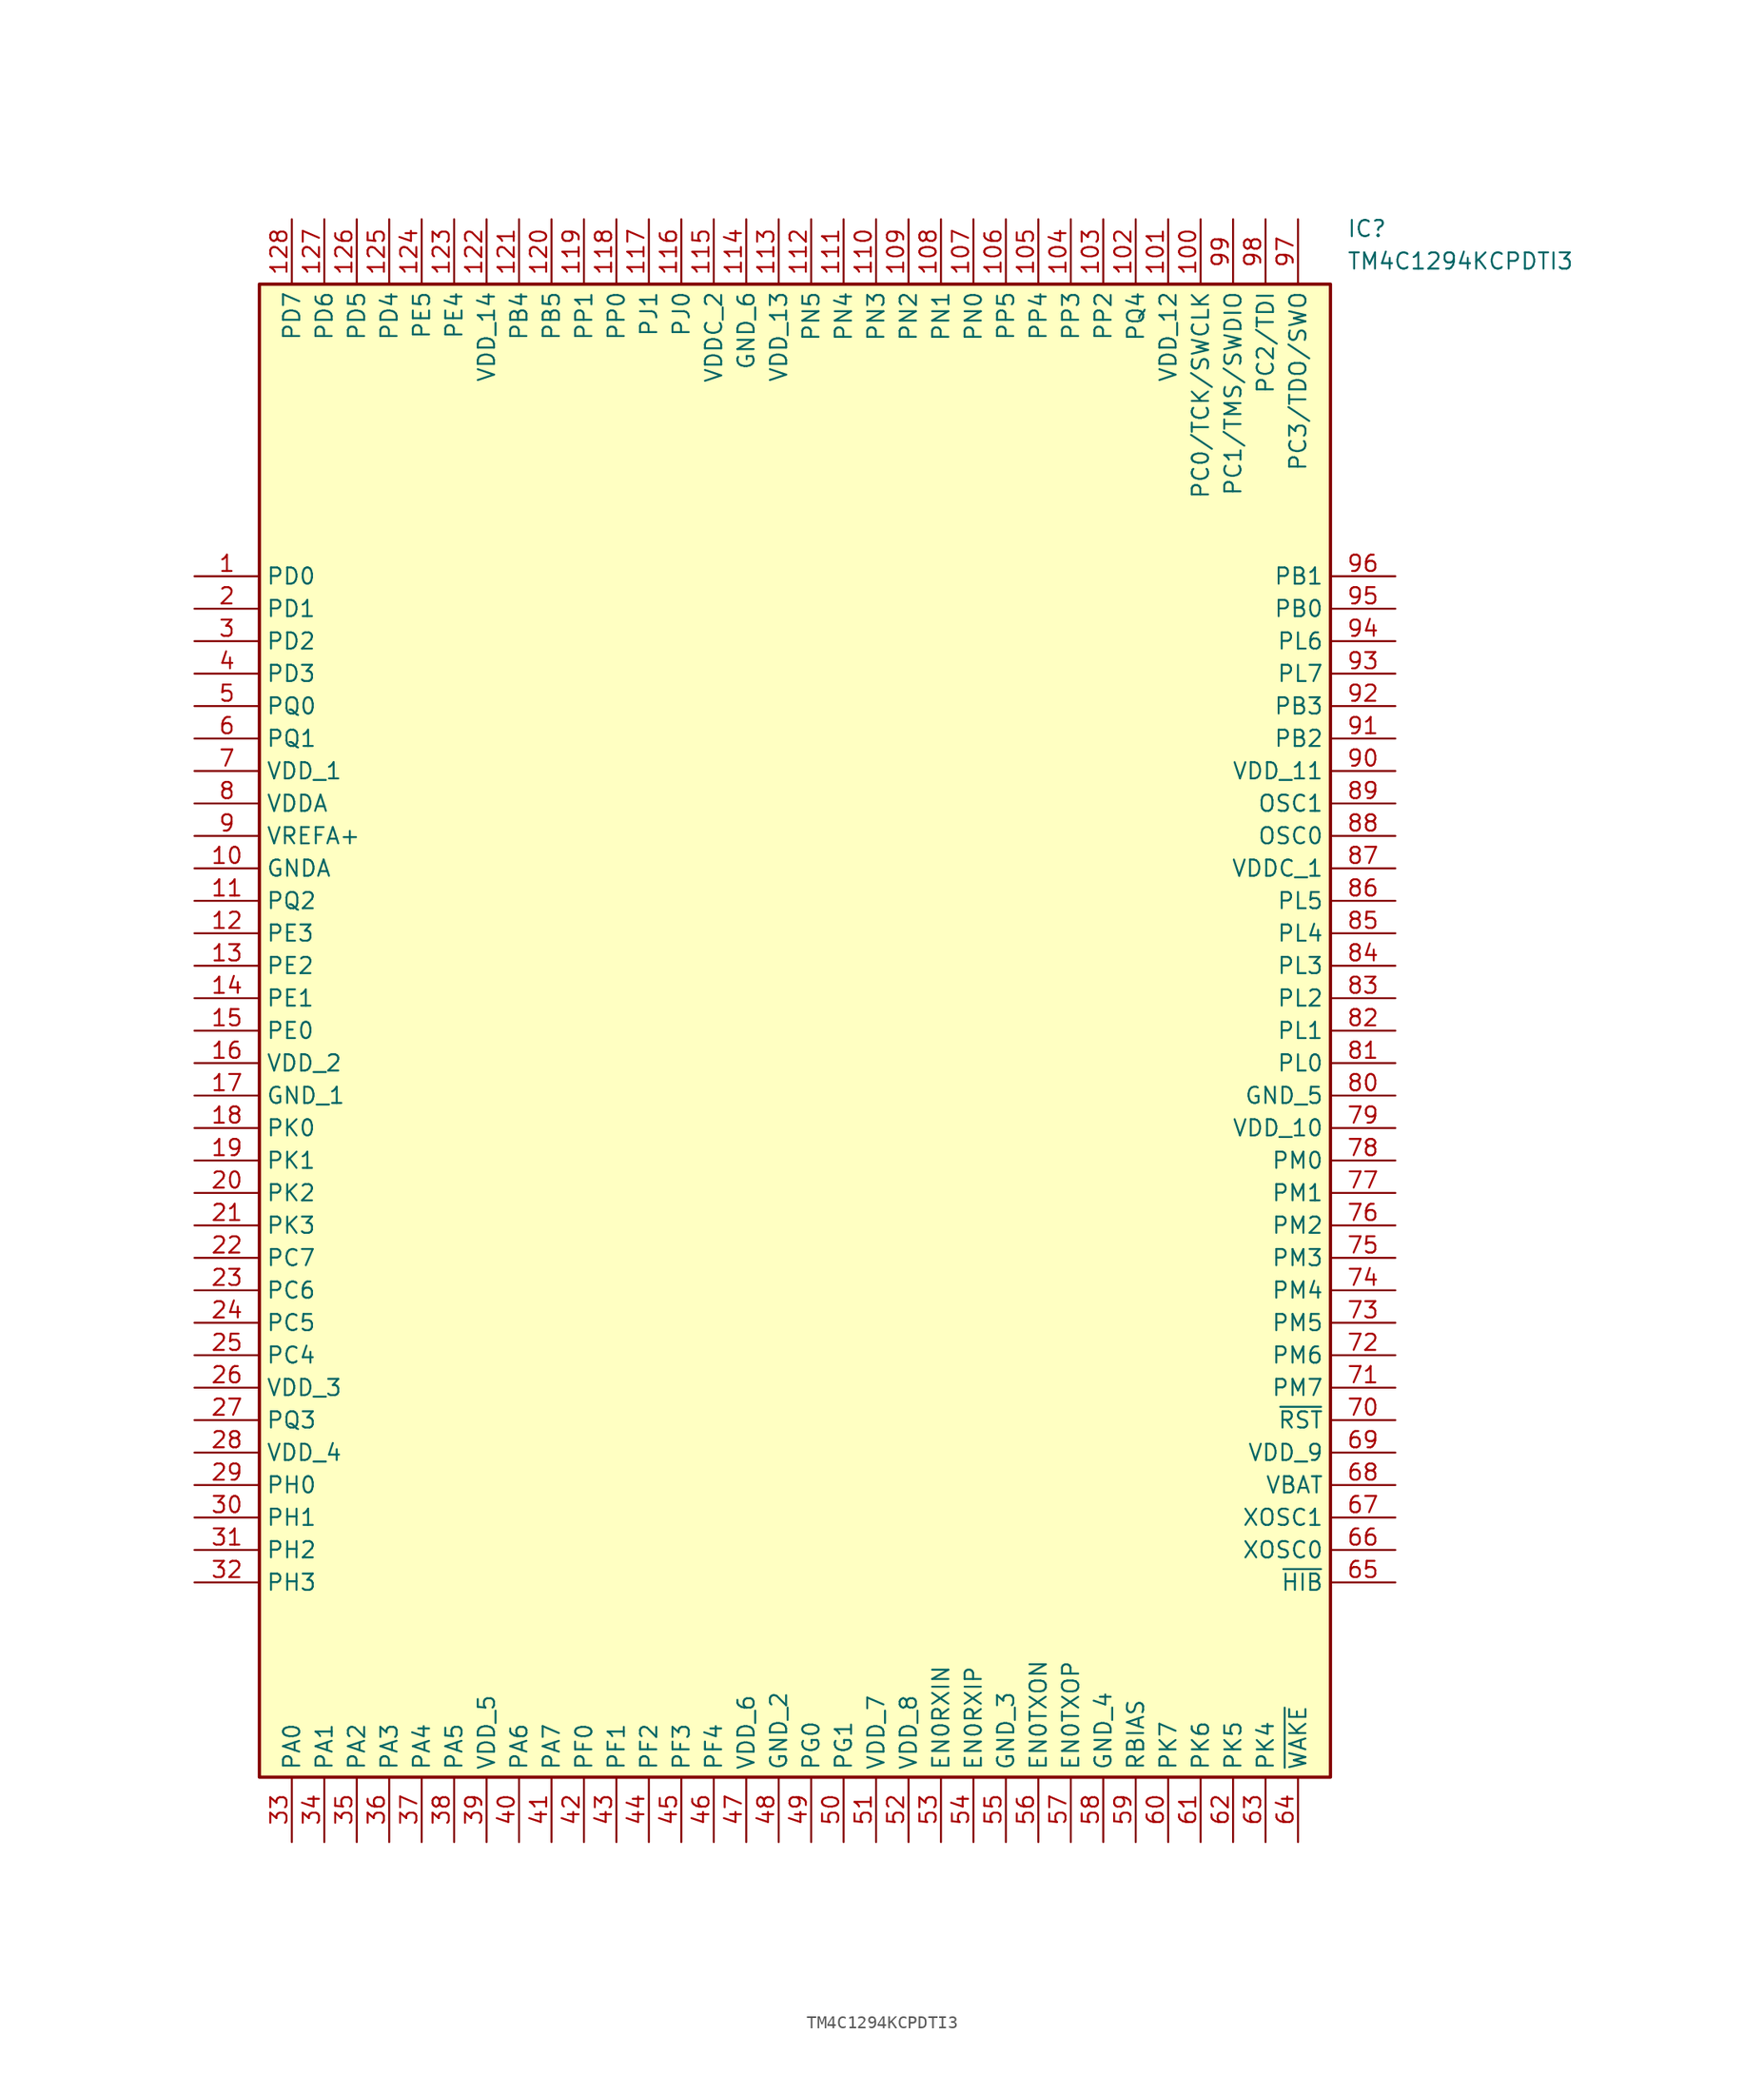
<source format=kicad_sym>
(kicad_symbol_lib
  (version 20211014)
  (generator SamacSys_ECAD_Model)
  (symbol "TM4C1294KCPDTI3"
    (property "Reference" "IC"
      (at 90.17 27.94 0)
      (effects (font (size 1.27 1.27)) (justify left top)))
    (property "Value" "TM4C1294KCPDTI3"
      (at 90.17 25.4 0)
      (effects (font (size 1.27 1.27)) (justify left top)))
    (rectangle
      (start 5.08 22.86)
      (end 88.9 -93.98)
      (stroke (width 0.254) (type default))
      (fill (type background)))
    (pin passive line
      (at 0 0 0)
      (length 5.08)
      (name "PD0" (effects (font (size 1.27 1.27))))
      (number "1" (effects (font (size 1.27 1.27)))))
    (pin passive line
      (at 0 -2.54 0)
      (length 5.08)
      (name "PD1" (effects (font (size 1.27 1.27))))
      (number "2" (effects (font (size 1.27 1.27)))))
    (pin passive line
      (at 0 -5.08 0)
      (length 5.08)
      (name "PD2" (effects (font (size 1.27 1.27))))
      (number "3" (effects (font (size 1.27 1.27)))))
    (pin passive line
      (at 0 -7.62 0)
      (length 5.08)
      (name "PD3" (effects (font (size 1.27 1.27))))
      (number "4" (effects (font (size 1.27 1.27)))))
    (pin passive line
      (at 0 -10.16 0)
      (length 5.08)
      (name "PQ0" (effects (font (size 1.27 1.27))))
      (number "5" (effects (font (size 1.27 1.27)))))
    (pin passive line
      (at 0 -12.7 0)
      (length 5.08)
      (name "PQ1" (effects (font (size 1.27 1.27))))
      (number "6" (effects (font (size 1.27 1.27)))))
    (pin passive line
      (at 0 -15.24 0)
      (length 5.08)
      (name "VDD_1" (effects (font (size 1.27 1.27))))
      (number "7" (effects (font (size 1.27 1.27)))))
    (pin passive line
      (at 0 -17.78 0)
      (length 5.08)
      (name "VDDA" (effects (font (size 1.27 1.27))))
      (number "8" (effects (font (size 1.27 1.27)))))
    (pin passive line
      (at 0 -20.32 0)
      (length 5.08)
      (name "VREFA+" (effects (font (size 1.27 1.27))))
      (number "9" (effects (font (size 1.27 1.27)))))
    (pin passive line
      (at 0 -22.86 0)
      (length 5.08)
      (name "GNDA" (effects (font (size 1.27 1.27))))
      (number "10" (effects (font (size 1.27 1.27)))))
    (pin passive line
      (at 0 -25.4 0)
      (length 5.08)
      (name "PQ2" (effects (font (size 1.27 1.27))))
      (number "11" (effects (font (size 1.27 1.27)))))
    (pin passive line
      (at 0 -27.94 0)
      (length 5.08)
      (name "PE3" (effects (font (size 1.27 1.27))))
      (number "12" (effects (font (size 1.27 1.27)))))
    (pin passive line
      (at 0 -30.48 0)
      (length 5.08)
      (name "PE2" (effects (font (size 1.27 1.27))))
      (number "13" (effects (font (size 1.27 1.27)))))
    (pin passive line
      (at 0 -33.02 0)
      (length 5.08)
      (name "PE1" (effects (font (size 1.27 1.27))))
      (number "14" (effects (font (size 1.27 1.27)))))
    (pin passive line
      (at 0 -35.56 0)
      (length 5.08)
      (name "PE0" (effects (font (size 1.27 1.27))))
      (number "15" (effects (font (size 1.27 1.27)))))
    (pin passive line
      (at 0 -38.1 0)
      (length 5.08)
      (name "VDD_2" (effects (font (size 1.27 1.27))))
      (number "16" (effects (font (size 1.27 1.27)))))
    (pin passive line
      (at 0 -40.64 0)
      (length 5.08)
      (name "GND_1" (effects (font (size 1.27 1.27))))
      (number "17" (effects (font (size 1.27 1.27)))))
    (pin passive line
      (at 0 -43.18 0)
      (length 5.08)
      (name "PK0" (effects (font (size 1.27 1.27))))
      (number "18" (effects (font (size 1.27 1.27)))))
    (pin passive line
      (at 0 -45.72 0)
      (length 5.08)
      (name "PK1" (effects (font (size 1.27 1.27))))
      (number "19" (effects (font (size 1.27 1.27)))))
    (pin passive line
      (at 0 -48.26 0)
      (length 5.08)
      (name "PK2" (effects (font (size 1.27 1.27))))
      (number "20" (effects (font (size 1.27 1.27)))))
    (pin passive line
      (at 0 -50.8 0)
      (length 5.08)
      (name "PK3" (effects (font (size 1.27 1.27))))
      (number "21" (effects (font (size 1.27 1.27)))))
    (pin passive line
      (at 0 -53.34 0)
      (length 5.08)
      (name "PC7" (effects (font (size 1.27 1.27))))
      (number "22" (effects (font (size 1.27 1.27)))))
    (pin passive line
      (at 0 -55.88 0)
      (length 5.08)
      (name "PC6" (effects (font (size 1.27 1.27))))
      (number "23" (effects (font (size 1.27 1.27)))))
    (pin passive line
      (at 0 -58.42 0)
      (length 5.08)
      (name "PC5" (effects (font (size 1.27 1.27))))
      (number "24" (effects (font (size 1.27 1.27)))))
    (pin passive line
      (at 0 -60.96 0)
      (length 5.08)
      (name "PC4" (effects (font (size 1.27 1.27))))
      (number "25" (effects (font (size 1.27 1.27)))))
    (pin passive line
      (at 0 -63.5 0)
      (length 5.08)
      (name "VDD_3" (effects (font (size 1.27 1.27))))
      (number "26" (effects (font (size 1.27 1.27)))))
    (pin passive line
      (at 0 -66.04 0)
      (length 5.08)
      (name "PQ3" (effects (font (size 1.27 1.27))))
      (number "27" (effects (font (size 1.27 1.27)))))
    (pin passive line
      (at 0 -68.58 0)
      (length 5.08)
      (name "VDD_4" (effects (font (size 1.27 1.27))))
      (number "28" (effects (font (size 1.27 1.27)))))
    (pin passive line
      (at 0 -71.12 0)
      (length 5.08)
      (name "PH0" (effects (font (size 1.27 1.27))))
      (number "29" (effects (font (size 1.27 1.27)))))
    (pin passive line
      (at 0 -73.66 0)
      (length 5.08)
      (name "PH1" (effects (font (size 1.27 1.27))))
      (number "30" (effects (font (size 1.27 1.27)))))
    (pin passive line
      (at 0 -76.2 0)
      (length 5.08)
      (name "PH2" (effects (font (size 1.27 1.27))))
      (number "31" (effects (font (size 1.27 1.27)))))
    (pin passive line
      (at 0 -78.74 0)
      (length 5.08)
      (name "PH3" (effects (font (size 1.27 1.27))))
      (number "32" (effects (font (size 1.27 1.27)))))
    (pin passive line
      (at 7.62 -99.06 90)
      (length 5.08)
      (name "PA0" (effects (font (size 1.27 1.27))))
      (number "33" (effects (font (size 1.27 1.27)))))
    (pin passive line
      (at 10.16 -99.06 90)
      (length 5.08)
      (name "PA1" (effects (font (size 1.27 1.27))))
      (number "34" (effects (font (size 1.27 1.27)))))
    (pin passive line
      (at 12.7 -99.06 90)
      (length 5.08)
      (name "PA2" (effects (font (size 1.27 1.27))))
      (number "35" (effects (font (size 1.27 1.27)))))
    (pin passive line
      (at 15.24 -99.06 90)
      (length 5.08)
      (name "PA3" (effects (font (size 1.27 1.27))))
      (number "36" (effects (font (size 1.27 1.27)))))
    (pin passive line
      (at 17.78 -99.06 90)
      (length 5.08)
      (name "PA4" (effects (font (size 1.27 1.27))))
      (number "37" (effects (font (size 1.27 1.27)))))
    (pin passive line
      (at 20.32 -99.06 90)
      (length 5.08)
      (name "PA5" (effects (font (size 1.27 1.27))))
      (number "38" (effects (font (size 1.27 1.27)))))
    (pin passive line
      (at 22.86 -99.06 90)
      (length 5.08)
      (name "VDD_5" (effects (font (size 1.27 1.27))))
      (number "39" (effects (font (size 1.27 1.27)))))
    (pin passive line
      (at 25.4 -99.06 90)
      (length 5.08)
      (name "PA6" (effects (font (size 1.27 1.27))))
      (number "40" (effects (font (size 1.27 1.27)))))
    (pin passive line
      (at 27.94 -99.06 90)
      (length 5.08)
      (name "PA7" (effects (font (size 1.27 1.27))))
      (number "41" (effects (font (size 1.27 1.27)))))
    (pin passive line
      (at 30.48 -99.06 90)
      (length 5.08)
      (name "PF0" (effects (font (size 1.27 1.27))))
      (number "42" (effects (font (size 1.27 1.27)))))
    (pin passive line
      (at 33.02 -99.06 90)
      (length 5.08)
      (name "PF1" (effects (font (size 1.27 1.27))))
      (number "43" (effects (font (size 1.27 1.27)))))
    (pin passive line
      (at 35.56 -99.06 90)
      (length 5.08)
      (name "PF2" (effects (font (size 1.27 1.27))))
      (number "44" (effects (font (size 1.27 1.27)))))
    (pin passive line
      (at 38.1 -99.06 90)
      (length 5.08)
      (name "PF3" (effects (font (size 1.27 1.27))))
      (number "45" (effects (font (size 1.27 1.27)))))
    (pin passive line
      (at 40.64 -99.06 90)
      (length 5.08)
      (name "PF4" (effects (font (size 1.27 1.27))))
      (number "46" (effects (font (size 1.27 1.27)))))
    (pin passive line
      (at 43.18 -99.06 90)
      (length 5.08)
      (name "VDD_6" (effects (font (size 1.27 1.27))))
      (number "47" (effects (font (size 1.27 1.27)))))
    (pin passive line
      (at 45.72 -99.06 90)
      (length 5.08)
      (name "GND_2" (effects (font (size 1.27 1.27))))
      (number "48" (effects (font (size 1.27 1.27)))))
    (pin passive line
      (at 48.26 -99.06 90)
      (length 5.08)
      (name "PG0" (effects (font (size 1.27 1.27))))
      (number "49" (effects (font (size 1.27 1.27)))))
    (pin passive line
      (at 50.8 -99.06 90)
      (length 5.08)
      (name "PG1" (effects (font (size 1.27 1.27))))
      (number "50" (effects (font (size 1.27 1.27)))))
    (pin passive line
      (at 53.34 -99.06 90)
      (length 5.08)
      (name "VDD_7" (effects (font (size 1.27 1.27))))
      (number "51" (effects (font (size 1.27 1.27)))))
    (pin passive line
      (at 55.88 -99.06 90)
      (length 5.08)
      (name "VDD_8" (effects (font (size 1.27 1.27))))
      (number "52" (effects (font (size 1.27 1.27)))))
    (pin passive line
      (at 58.42 -99.06 90)
      (length 5.08)
      (name "EN0RXIN" (effects (font (size 1.27 1.27))))
      (number "53" (effects (font (size 1.27 1.27)))))
    (pin passive line
      (at 60.96 -99.06 90)
      (length 5.08)
      (name "EN0RXIP" (effects (font (size 1.27 1.27))))
      (number "54" (effects (font (size 1.27 1.27)))))
    (pin passive line
      (at 63.5 -99.06 90)
      (length 5.08)
      (name "GND_3" (effects (font (size 1.27 1.27))))
      (number "55" (effects (font (size 1.27 1.27)))))
    (pin passive line
      (at 66.04 -99.06 90)
      (length 5.08)
      (name "EN0TXON" (effects (font (size 1.27 1.27))))
      (number "56" (effects (font (size 1.27 1.27)))))
    (pin passive line
      (at 68.58 -99.06 90)
      (length 5.08)
      (name "EN0TXOP" (effects (font (size 1.27 1.27))))
      (number "57" (effects (font (size 1.27 1.27)))))
    (pin passive line
      (at 71.12 -99.06 90)
      (length 5.08)
      (name "GND_4" (effects (font (size 1.27 1.27))))
      (number "58" (effects (font (size 1.27 1.27)))))
    (pin passive line
      (at 73.66 -99.06 90)
      (length 5.08)
      (name "RBIAS" (effects (font (size 1.27 1.27))))
      (number "59" (effects (font (size 1.27 1.27)))))
    (pin passive line
      (at 76.2 -99.06 90)
      (length 5.08)
      (name "PK7" (effects (font (size 1.27 1.27))))
      (number "60" (effects (font (size 1.27 1.27)))))
    (pin passive line
      (at 78.74 -99.06 90)
      (length 5.08)
      (name "PK6" (effects (font (size 1.27 1.27))))
      (number "61" (effects (font (size 1.27 1.27)))))
    (pin passive line
      (at 81.28 -99.06 90)
      (length 5.08)
      (name "PK5" (effects (font (size 1.27 1.27))))
      (number "62" (effects (font (size 1.27 1.27)))))
    (pin passive line
      (at 83.82 -99.06 90)
      (length 5.08)
      (name "PK4" (effects (font (size 1.27 1.27))))
      (number "63" (effects (font (size 1.27 1.27)))))
    (pin passive line
      (at 86.36 -99.06 90)
      (length 5.08)
      (name "~{WAKE}" (effects (font (size 1.27 1.27))))
      (number "64" (effects (font (size 1.27 1.27)))))
    (pin passive line
      (at 93.98 0 180)
      (length 5.08)
      (name "PB1" (effects (font (size 1.27 1.27))))
      (number "96" (effects (font (size 1.27 1.27)))))
    (pin passive line
      (at 93.98 -2.54 180)
      (length 5.08)
      (name "PB0" (effects (font (size 1.27 1.27))))
      (number "95" (effects (font (size 1.27 1.27)))))
    (pin passive line
      (at 93.98 -5.08 180)
      (length 5.08)
      (name "PL6" (effects (font (size 1.27 1.27))))
      (number "94" (effects (font (size 1.27 1.27)))))
    (pin passive line
      (at 93.98 -7.62 180)
      (length 5.08)
      (name "PL7" (effects (font (size 1.27 1.27))))
      (number "93" (effects (font (size 1.27 1.27)))))
    (pin passive line
      (at 93.98 -10.16 180)
      (length 5.08)
      (name "PB3" (effects (font (size 1.27 1.27))))
      (number "92" (effects (font (size 1.27 1.27)))))
    (pin passive line
      (at 93.98 -12.7 180)
      (length 5.08)
      (name "PB2" (effects (font (size 1.27 1.27))))
      (number "91" (effects (font (size 1.27 1.27)))))
    (pin passive line
      (at 93.98 -15.24 180)
      (length 5.08)
      (name "VDD_11" (effects (font (size 1.27 1.27))))
      (number "90" (effects (font (size 1.27 1.27)))))
    (pin passive line
      (at 93.98 -17.78 180)
      (length 5.08)
      (name "OSC1" (effects (font (size 1.27 1.27))))
      (number "89" (effects (font (size 1.27 1.27)))))
    (pin passive line
      (at 93.98 -20.32 180)
      (length 5.08)
      (name "OSC0" (effects (font (size 1.27 1.27))))
      (number "88" (effects (font (size 1.27 1.27)))))
    (pin passive line
      (at 93.98 -22.86 180)
      (length 5.08)
      (name "VDDC_1" (effects (font (size 1.27 1.27))))
      (number "87" (effects (font (size 1.27 1.27)))))
    (pin passive line
      (at 93.98 -25.4 180)
      (length 5.08)
      (name "PL5" (effects (font (size 1.27 1.27))))
      (number "86" (effects (font (size 1.27 1.27)))))
    (pin passive line
      (at 93.98 -27.94 180)
      (length 5.08)
      (name "PL4" (effects (font (size 1.27 1.27))))
      (number "85" (effects (font (size 1.27 1.27)))))
    (pin passive line
      (at 93.98 -30.48 180)
      (length 5.08)
      (name "PL3" (effects (font (size 1.27 1.27))))
      (number "84" (effects (font (size 1.27 1.27)))))
    (pin passive line
      (at 93.98 -33.02 180)
      (length 5.08)
      (name "PL2" (effects (font (size 1.27 1.27))))
      (number "83" (effects (font (size 1.27 1.27)))))
    (pin passive line
      (at 93.98 -35.56 180)
      (length 5.08)
      (name "PL1" (effects (font (size 1.27 1.27))))
      (number "82" (effects (font (size 1.27 1.27)))))
    (pin passive line
      (at 93.98 -38.1 180)
      (length 5.08)
      (name "PL0" (effects (font (size 1.27 1.27))))
      (number "81" (effects (font (size 1.27 1.27)))))
    (pin passive line
      (at 93.98 -40.64 180)
      (length 5.08)
      (name "GND_5" (effects (font (size 1.27 1.27))))
      (number "80" (effects (font (size 1.27 1.27)))))
    (pin passive line
      (at 93.98 -43.18 180)
      (length 5.08)
      (name "VDD_10" (effects (font (size 1.27 1.27))))
      (number "79" (effects (font (size 1.27 1.27)))))
    (pin passive line
      (at 93.98 -45.72 180)
      (length 5.08)
      (name "PM0" (effects (font (size 1.27 1.27))))
      (number "78" (effects (font (size 1.27 1.27)))))
    (pin passive line
      (at 93.98 -48.26 180)
      (length 5.08)
      (name "PM1" (effects (font (size 1.27 1.27))))
      (number "77" (effects (font (size 1.27 1.27)))))
    (pin passive line
      (at 93.98 -50.8 180)
      (length 5.08)
      (name "PM2" (effects (font (size 1.27 1.27))))
      (number "76" (effects (font (size 1.27 1.27)))))
    (pin passive line
      (at 93.98 -53.34 180)
      (length 5.08)
      (name "PM3" (effects (font (size 1.27 1.27))))
      (number "75" (effects (font (size 1.27 1.27)))))
    (pin passive line
      (at 93.98 -55.88 180)
      (length 5.08)
      (name "PM4" (effects (font (size 1.27 1.27))))
      (number "74" (effects (font (size 1.27 1.27)))))
    (pin passive line
      (at 93.98 -58.42 180)
      (length 5.08)
      (name "PM5" (effects (font (size 1.27 1.27))))
      (number "73" (effects (font (size 1.27 1.27)))))
    (pin passive line
      (at 93.98 -60.96 180)
      (length 5.08)
      (name "PM6" (effects (font (size 1.27 1.27))))
      (number "72" (effects (font (size 1.27 1.27)))))
    (pin passive line
      (at 93.98 -63.5 180)
      (length 5.08)
      (name "PM7" (effects (font (size 1.27 1.27))))
      (number "71" (effects (font (size 1.27 1.27)))))
    (pin passive line
      (at 93.98 -66.04 180)
      (length 5.08)
      (name "~{RST}" (effects (font (size 1.27 1.27))))
      (number "70" (effects (font (size 1.27 1.27)))))
    (pin passive line
      (at 93.98 -68.58 180)
      (length 5.08)
      (name "VDD_9" (effects (font (size 1.27 1.27))))
      (number "69" (effects (font (size 1.27 1.27)))))
    (pin passive line
      (at 93.98 -71.12 180)
      (length 5.08)
      (name "VBAT" (effects (font (size 1.27 1.27))))
      (number "68" (effects (font (size 1.27 1.27)))))
    (pin passive line
      (at 93.98 -73.66 180)
      (length 5.08)
      (name "XOSC1" (effects (font (size 1.27 1.27))))
      (number "67" (effects (font (size 1.27 1.27)))))
    (pin passive line
      (at 93.98 -76.2 180)
      (length 5.08)
      (name "XOSC0" (effects (font (size 1.27 1.27))))
      (number "66" (effects (font (size 1.27 1.27)))))
    (pin passive line
      (at 93.98 -78.74 180)
      (length 5.08)
      (name "~{HIB}" (effects (font (size 1.27 1.27))))
      (number "65" (effects (font (size 1.27 1.27)))))
    (pin passive line
      (at 7.62 27.94 270)
      (length 5.08)
      (name "PD7" (effects (font (size 1.27 1.27))))
      (number "128" (effects (font (size 1.27 1.27)))))
    (pin passive line
      (at 10.16 27.94 270)
      (length 5.08)
      (name "PD6" (effects (font (size 1.27 1.27))))
      (number "127" (effects (font (size 1.27 1.27)))))
    (pin passive line
      (at 12.7 27.94 270)
      (length 5.08)
      (name "PD5" (effects (font (size 1.27 1.27))))
      (number "126" (effects (font (size 1.27 1.27)))))
    (pin passive line
      (at 15.24 27.94 270)
      (length 5.08)
      (name "PD4" (effects (font (size 1.27 1.27))))
      (number "125" (effects (font (size 1.27 1.27)))))
    (pin passive line
      (at 17.78 27.94 270)
      (length 5.08)
      (name "PE5" (effects (font (size 1.27 1.27))))
      (number "124" (effects (font (size 1.27 1.27)))))
    (pin passive line
      (at 20.32 27.94 270)
      (length 5.08)
      (name "PE4" (effects (font (size 1.27 1.27))))
      (number "123" (effects (font (size 1.27 1.27)))))
    (pin passive line
      (at 22.86 27.94 270)
      (length 5.08)
      (name "VDD_14" (effects (font (size 1.27 1.27))))
      (number "122" (effects (font (size 1.27 1.27)))))
    (pin passive line
      (at 25.4 27.94 270)
      (length 5.08)
      (name "PB4" (effects (font (size 1.27 1.27))))
      (number "121" (effects (font (size 1.27 1.27)))))
    (pin passive line
      (at 27.94 27.94 270)
      (length 5.08)
      (name "PB5" (effects (font (size 1.27 1.27))))
      (number "120" (effects (font (size 1.27 1.27)))))
    (pin passive line
      (at 30.48 27.94 270)
      (length 5.08)
      (name "PP1" (effects (font (size 1.27 1.27))))
      (number "119" (effects (font (size 1.27 1.27)))))
    (pin passive line
      (at 33.02 27.94 270)
      (length 5.08)
      (name "PP0" (effects (font (size 1.27 1.27))))
      (number "118" (effects (font (size 1.27 1.27)))))
    (pin passive line
      (at 35.56 27.94 270)
      (length 5.08)
      (name "PJ1" (effects (font (size 1.27 1.27))))
      (number "117" (effects (font (size 1.27 1.27)))))
    (pin passive line
      (at 38.1 27.94 270)
      (length 5.08)
      (name "PJ0" (effects (font (size 1.27 1.27))))
      (number "116" (effects (font (size 1.27 1.27)))))
    (pin passive line
      (at 40.64 27.94 270)
      (length 5.08)
      (name "VDDC_2" (effects (font (size 1.27 1.27))))
      (number "115" (effects (font (size 1.27 1.27)))))
    (pin passive line
      (at 43.18 27.94 270)
      (length 5.08)
      (name "GND_6" (effects (font (size 1.27 1.27))))
      (number "114" (effects (font (size 1.27 1.27)))))
    (pin passive line
      (at 45.72 27.94 270)
      (length 5.08)
      (name "VDD_13" (effects (font (size 1.27 1.27))))
      (number "113" (effects (font (size 1.27 1.27)))))
    (pin passive line
      (at 48.26 27.94 270)
      (length 5.08)
      (name "PN5" (effects (font (size 1.27 1.27))))
      (number "112" (effects (font (size 1.27 1.27)))))
    (pin passive line
      (at 50.8 27.94 270)
      (length 5.08)
      (name "PN4" (effects (font (size 1.27 1.27))))
      (number "111" (effects (font (size 1.27 1.27)))))
    (pin passive line
      (at 53.34 27.94 270)
      (length 5.08)
      (name "PN3" (effects (font (size 1.27 1.27))))
      (number "110" (effects (font (size 1.27 1.27)))))
    (pin passive line
      (at 55.88 27.94 270)
      (length 5.08)
      (name "PN2" (effects (font (size 1.27 1.27))))
      (number "109" (effects (font (size 1.27 1.27)))))
    (pin passive line
      (at 58.42 27.94 270)
      (length 5.08)
      (name "PN1" (effects (font (size 1.27 1.27))))
      (number "108" (effects (font (size 1.27 1.27)))))
    (pin passive line
      (at 60.96 27.94 270)
      (length 5.08)
      (name "PN0" (effects (font (size 1.27 1.27))))
      (number "107" (effects (font (size 1.27 1.27)))))
    (pin passive line
      (at 63.5 27.94 270)
      (length 5.08)
      (name "PP5" (effects (font (size 1.27 1.27))))
      (number "106" (effects (font (size 1.27 1.27)))))
    (pin passive line
      (at 66.04 27.94 270)
      (length 5.08)
      (name "PP4" (effects (font (size 1.27 1.27))))
      (number "105" (effects (font (size 1.27 1.27)))))
    (pin passive line
      (at 68.58 27.94 270)
      (length 5.08)
      (name "PP3" (effects (font (size 1.27 1.27))))
      (number "104" (effects (font (size 1.27 1.27)))))
    (pin passive line
      (at 71.12 27.94 270)
      (length 5.08)
      (name "PP2" (effects (font (size 1.27 1.27))))
      (number "103" (effects (font (size 1.27 1.27)))))
    (pin passive line
      (at 73.66 27.94 270)
      (length 5.08)
      (name "PQ4" (effects (font (size 1.27 1.27))))
      (number "102" (effects (font (size 1.27 1.27)))))
    (pin passive line
      (at 76.2 27.94 270)
      (length 5.08)
      (name "VDD_12" (effects (font (size 1.27 1.27))))
      (number "101" (effects (font (size 1.27 1.27)))))
    (pin passive line
      (at 78.74 27.94 270)
      (length 5.08)
      (name "PC0/TCK/SWCLK" (effects (font (size 1.27 1.27))))
      (number "100" (effects (font (size 1.27 1.27)))))
    (pin passive line
      (at 81.28 27.94 270)
      (length 5.08)
      (name "PC1/TMS/SWDIO" (effects (font (size 1.27 1.27))))
      (number "99" (effects (font (size 1.27 1.27)))))
    (pin passive line
      (at 83.82 27.94 270)
      (length 5.08)
      (name "PC2/TDI" (effects (font (size 1.27 1.27))))
      (number "98" (effects (font (size 1.27 1.27)))))
    (pin passive line
      (at 86.36 27.94 270)
      (length 5.08)
      (name "PC3/TDO/SWO" (effects (font (size 1.27 1.27))))
      (number "97" (effects (font (size 1.27 1.27)))))))
</source>
